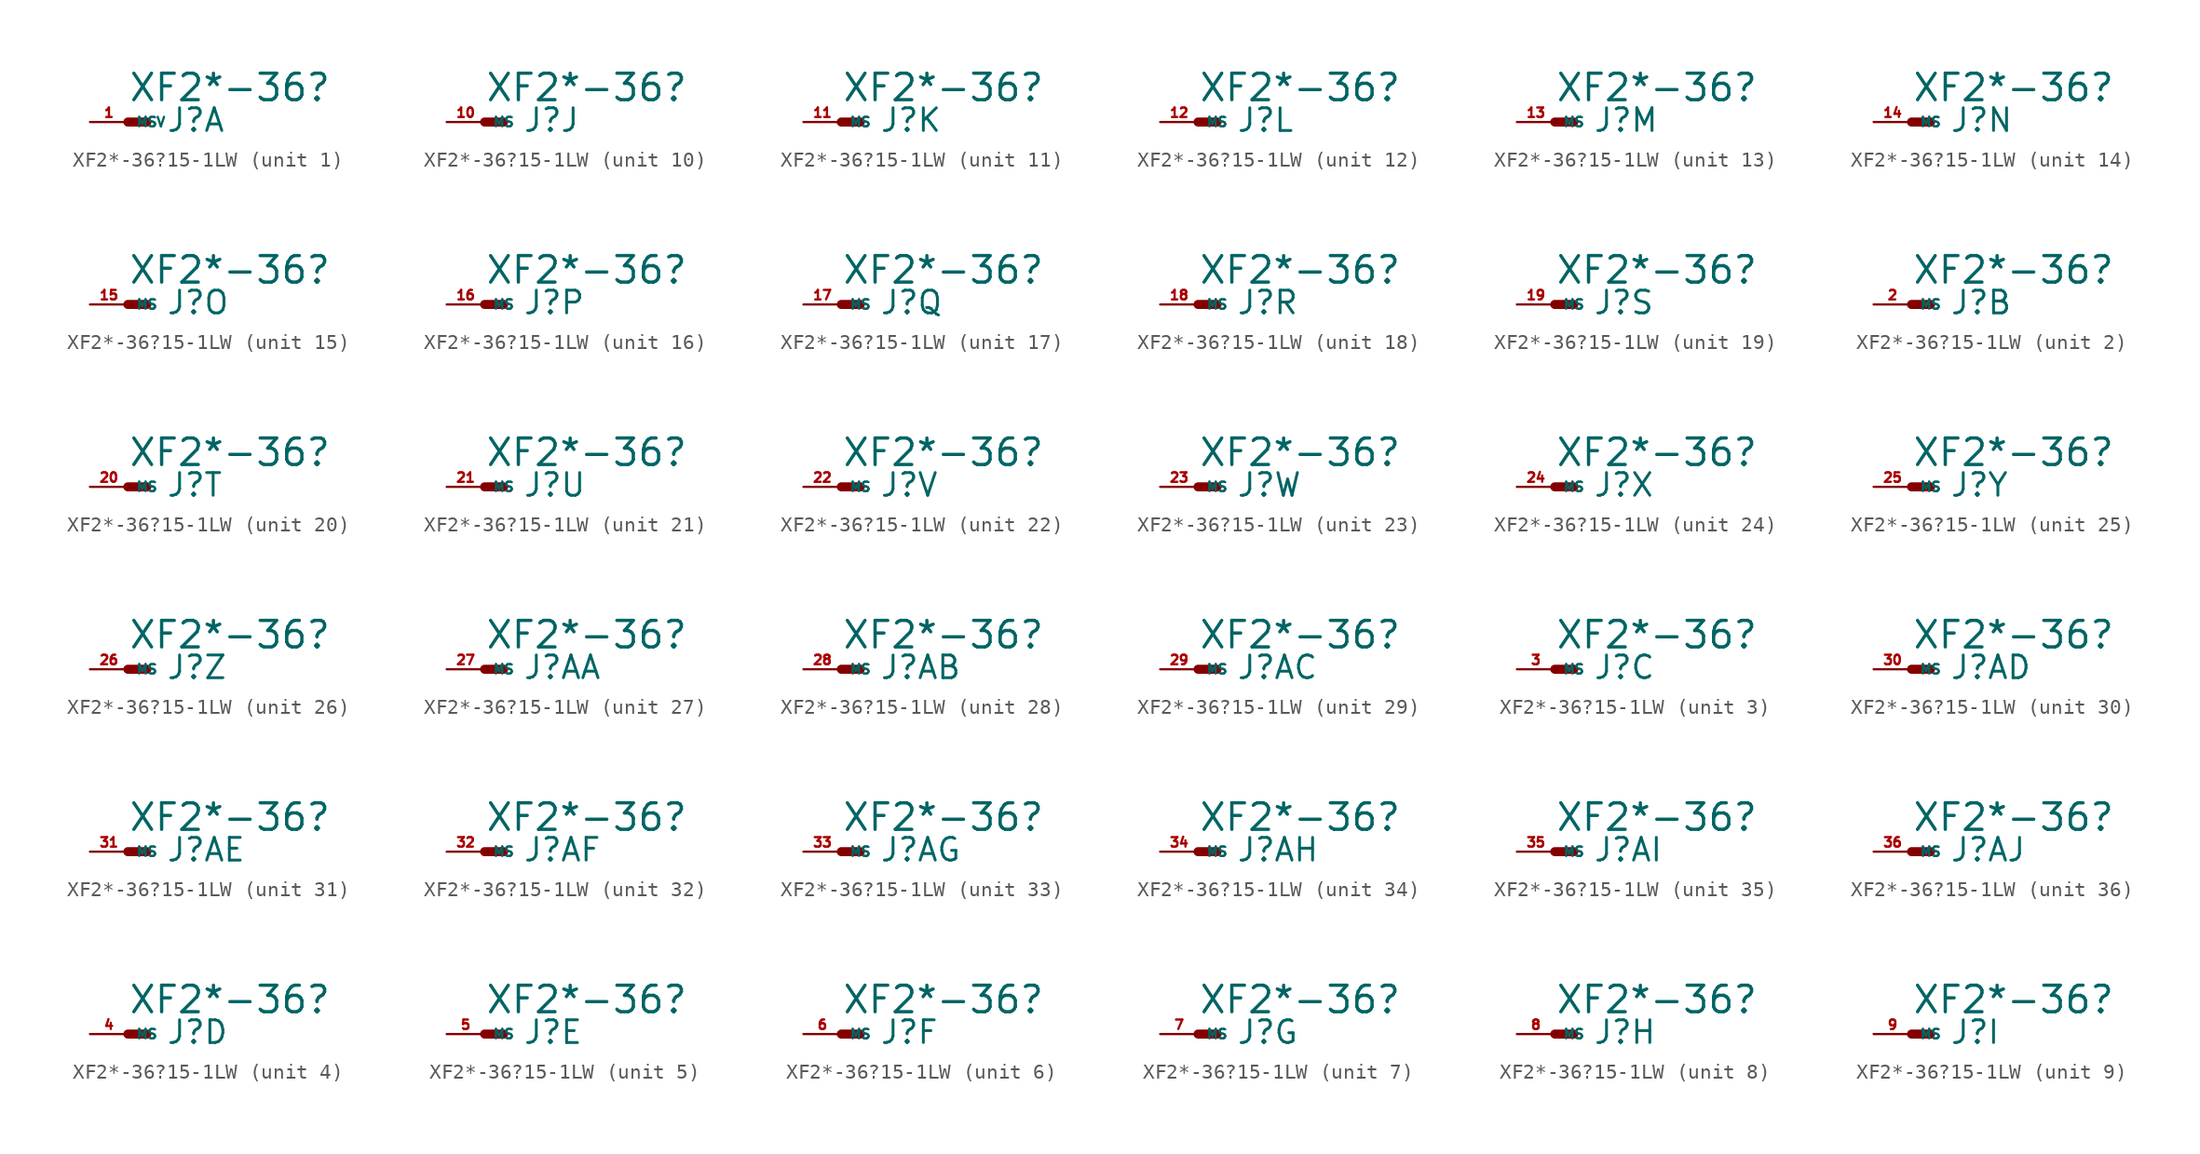
<source format=kicad_sym>
(kicad_symbol_lib
  (version 20220914)
  (generator Eagle2Kicad)
  (symbol "XF2*-36?15-1LW"
    (property "Reference" "J"
      (at 2.54 -0.762 0)
      (effects (font (size 1.524 1.524) (thickness 0.19)) (justify left bottom)))
    (property "Value" "XF2*-36?"
      (at 0 1.27 0)
      (effects (font (size 1.778 1.778) (thickness 0.22)) (justify left bottom)))
    (symbol "XF2*-36?15-1LW_1_0"
      (polyline (pts (xy 0 0) (xy 1.27 0)) (stroke (width 0.61) (type default)) (fill (type none)))
      (pin passive line (at -2.54 0 0) (length 2.54) (name "MSV" (effects (font (size 0.635 0.635) (thickness 0.08)) (justify left bottom))) (number "1" (effects (font (size 0.635 0.635) (thickness 0.08)) (justify left bottom)))))
    (symbol "XF2*-36?15-1LW_2_0"
      (polyline (pts (xy 0 0) (xy 1.27 0)) (stroke (width 0.61) (type default)) (fill (type none)))
      (pin passive line (at -2.54 0 0) (length 2.54) (name "MS" (effects (font (size 0.635 0.635) (thickness 0.08)) (justify left bottom))) (number "2" (effects (font (size 0.635 0.635) (thickness 0.08)) (justify left bottom)))))
    (symbol "XF2*-36?15-1LW_3_0"
      (polyline (pts (xy 0 0) (xy 1.27 0)) (stroke (width 0.61) (type default)) (fill (type none)))
      (pin passive line (at -2.54 0 0) (length 2.54) (name "MS" (effects (font (size 0.635 0.635) (thickness 0.08)) (justify left bottom))) (number "3" (effects (font (size 0.635 0.635) (thickness 0.08)) (justify left bottom)))))
    (symbol "XF2*-36?15-1LW_4_0"
      (polyline (pts (xy 0 0) (xy 1.27 0)) (stroke (width 0.61) (type default)) (fill (type none)))
      (pin passive line (at -2.54 0 0) (length 2.54) (name "MS" (effects (font (size 0.635 0.635) (thickness 0.08)) (justify left bottom))) (number "4" (effects (font (size 0.635 0.635) (thickness 0.08)) (justify left bottom)))))
    (symbol "XF2*-36?15-1LW_5_0"
      (polyline (pts (xy 0 0) (xy 1.27 0)) (stroke (width 0.61) (type default)) (fill (type none)))
      (pin passive line (at -2.54 0 0) (length 2.54) (name "MS" (effects (font (size 0.635 0.635) (thickness 0.08)) (justify left bottom))) (number "5" (effects (font (size 0.635 0.635) (thickness 0.08)) (justify left bottom)))))
    (symbol "XF2*-36?15-1LW_6_0"
      (polyline (pts (xy 0 0) (xy 1.27 0)) (stroke (width 0.61) (type default)) (fill (type none)))
      (pin passive line (at -2.54 0 0) (length 2.54) (name "MS" (effects (font (size 0.635 0.635) (thickness 0.08)) (justify left bottom))) (number "6" (effects (font (size 0.635 0.635) (thickness 0.08)) (justify left bottom)))))
    (symbol "XF2*-36?15-1LW_7_0"
      (polyline (pts (xy 0 0) (xy 1.27 0)) (stroke (width 0.61) (type default)) (fill (type none)))
      (pin passive line (at -2.54 0 0) (length 2.54) (name "MS" (effects (font (size 0.635 0.635) (thickness 0.08)) (justify left bottom))) (number "7" (effects (font (size 0.635 0.635) (thickness 0.08)) (justify left bottom)))))
    (symbol "XF2*-36?15-1LW_8_0"
      (polyline (pts (xy 0 0) (xy 1.27 0)) (stroke (width 0.61) (type default)) (fill (type none)))
      (pin passive line (at -2.54 0 0) (length 2.54) (name "MS" (effects (font (size 0.635 0.635) (thickness 0.08)) (justify left bottom))) (number "8" (effects (font (size 0.635 0.635) (thickness 0.08)) (justify left bottom)))))
    (symbol "XF2*-36?15-1LW_9_0"
      (polyline (pts (xy 0 0) (xy 1.27 0)) (stroke (width 0.61) (type default)) (fill (type none)))
      (pin passive line (at -2.54 0 0) (length 2.54) (name "MS" (effects (font (size 0.635 0.635) (thickness 0.08)) (justify left bottom))) (number "9" (effects (font (size 0.635 0.635) (thickness 0.08)) (justify left bottom)))))
    (symbol "XF2*-36?15-1LW_10_0"
      (polyline (pts (xy 0 0) (xy 1.27 0)) (stroke (width 0.61) (type default)) (fill (type none)))
      (pin passive line (at -2.54 0 0) (length 2.54) (name "MS" (effects (font (size 0.635 0.635) (thickness 0.08)) (justify left bottom))) (number "10" (effects (font (size 0.635 0.635) (thickness 0.08)) (justify left bottom)))))
    (symbol "XF2*-36?15-1LW_11_0"
      (polyline (pts (xy 0 0) (xy 1.27 0)) (stroke (width 0.61) (type default)) (fill (type none)))
      (pin passive line (at -2.54 0 0) (length 2.54) (name "MS" (effects (font (size 0.635 0.635) (thickness 0.08)) (justify left bottom))) (number "11" (effects (font (size 0.635 0.635) (thickness 0.08)) (justify left bottom)))))
    (symbol "XF2*-36?15-1LW_12_0"
      (polyline (pts (xy 0 0) (xy 1.27 0)) (stroke (width 0.61) (type default)) (fill (type none)))
      (pin passive line (at -2.54 0 0) (length 2.54) (name "MS" (effects (font (size 0.635 0.635) (thickness 0.08)) (justify left bottom))) (number "12" (effects (font (size 0.635 0.635) (thickness 0.08)) (justify left bottom)))))
    (symbol "XF2*-36?15-1LW_13_0"
      (polyline (pts (xy 0 0) (xy 1.27 0)) (stroke (width 0.61) (type default)) (fill (type none)))
      (pin passive line (at -2.54 0 0) (length 2.54) (name "MS" (effects (font (size 0.635 0.635) (thickness 0.08)) (justify left bottom))) (number "13" (effects (font (size 0.635 0.635) (thickness 0.08)) (justify left bottom)))))
    (symbol "XF2*-36?15-1LW_14_0"
      (polyline (pts (xy 0 0) (xy 1.27 0)) (stroke (width 0.61) (type default)) (fill (type none)))
      (pin passive line (at -2.54 0 0) (length 2.54) (name "MS" (effects (font (size 0.635 0.635) (thickness 0.08)) (justify left bottom))) (number "14" (effects (font (size 0.635 0.635) (thickness 0.08)) (justify left bottom)))))
    (symbol "XF2*-36?15-1LW_15_0"
      (polyline (pts (xy 0 0) (xy 1.27 0)) (stroke (width 0.61) (type default)) (fill (type none)))
      (pin passive line (at -2.54 0 0) (length 2.54) (name "MS" (effects (font (size 0.635 0.635) (thickness 0.08)) (justify left bottom))) (number "15" (effects (font (size 0.635 0.635) (thickness 0.08)) (justify left bottom)))))
    (symbol "XF2*-36?15-1LW_16_0"
      (polyline (pts (xy 0 0) (xy 1.27 0)) (stroke (width 0.61) (type default)) (fill (type none)))
      (pin passive line (at -2.54 0 0) (length 2.54) (name "MS" (effects (font (size 0.635 0.635) (thickness 0.08)) (justify left bottom))) (number "16" (effects (font (size 0.635 0.635) (thickness 0.08)) (justify left bottom)))))
    (symbol "XF2*-36?15-1LW_17_0"
      (polyline (pts (xy 0 0) (xy 1.27 0)) (stroke (width 0.61) (type default)) (fill (type none)))
      (pin passive line (at -2.54 0 0) (length 2.54) (name "MS" (effects (font (size 0.635 0.635) (thickness 0.08)) (justify left bottom))) (number "17" (effects (font (size 0.635 0.635) (thickness 0.08)) (justify left bottom)))))
    (symbol "XF2*-36?15-1LW_18_0"
      (polyline (pts (xy 0 0) (xy 1.27 0)) (stroke (width 0.61) (type default)) (fill (type none)))
      (pin passive line (at -2.54 0 0) (length 2.54) (name "MS" (effects (font (size 0.635 0.635) (thickness 0.08)) (justify left bottom))) (number "18" (effects (font (size 0.635 0.635) (thickness 0.08)) (justify left bottom)))))
    (symbol "XF2*-36?15-1LW_19_0"
      (polyline (pts (xy 0 0) (xy 1.27 0)) (stroke (width 0.61) (type default)) (fill (type none)))
      (pin passive line (at -2.54 0 0) (length 2.54) (name "MS" (effects (font (size 0.635 0.635) (thickness 0.08)) (justify left bottom))) (number "19" (effects (font (size 0.635 0.635) (thickness 0.08)) (justify left bottom)))))
    (symbol "XF2*-36?15-1LW_20_0"
      (polyline (pts (xy 0 0) (xy 1.27 0)) (stroke (width 0.61) (type default)) (fill (type none)))
      (pin passive line (at -2.54 0 0) (length 2.54) (name "MS" (effects (font (size 0.635 0.635) (thickness 0.08)) (justify left bottom))) (number "20" (effects (font (size 0.635 0.635) (thickness 0.08)) (justify left bottom)))))
    (symbol "XF2*-36?15-1LW_21_0"
      (polyline (pts (xy 0 0) (xy 1.27 0)) (stroke (width 0.61) (type default)) (fill (type none)))
      (pin passive line (at -2.54 0 0) (length 2.54) (name "MS" (effects (font (size 0.635 0.635) (thickness 0.08)) (justify left bottom))) (number "21" (effects (font (size 0.635 0.635) (thickness 0.08)) (justify left bottom)))))
    (symbol "XF2*-36?15-1LW_22_0"
      (polyline (pts (xy 0 0) (xy 1.27 0)) (stroke (width 0.61) (type default)) (fill (type none)))
      (pin passive line (at -2.54 0 0) (length 2.54) (name "MS" (effects (font (size 0.635 0.635) (thickness 0.08)) (justify left bottom))) (number "22" (effects (font (size 0.635 0.635) (thickness 0.08)) (justify left bottom)))))
    (symbol "XF2*-36?15-1LW_23_0"
      (polyline (pts (xy 0 0) (xy 1.27 0)) (stroke (width 0.61) (type default)) (fill (type none)))
      (pin passive line (at -2.54 0 0) (length 2.54) (name "MS" (effects (font (size 0.635 0.635) (thickness 0.08)) (justify left bottom))) (number "23" (effects (font (size 0.635 0.635) (thickness 0.08)) (justify left bottom)))))
    (symbol "XF2*-36?15-1LW_24_0"
      (polyline (pts (xy 0 0) (xy 1.27 0)) (stroke (width 0.61) (type default)) (fill (type none)))
      (pin passive line (at -2.54 0 0) (length 2.54) (name "MS" (effects (font (size 0.635 0.635) (thickness 0.08)) (justify left bottom))) (number "24" (effects (font (size 0.635 0.635) (thickness 0.08)) (justify left bottom)))))
    (symbol "XF2*-36?15-1LW_25_0"
      (polyline (pts (xy 0 0) (xy 1.27 0)) (stroke (width 0.61) (type default)) (fill (type none)))
      (pin passive line (at -2.54 0 0) (length 2.54) (name "MS" (effects (font (size 0.635 0.635) (thickness 0.08)) (justify left bottom))) (number "25" (effects (font (size 0.635 0.635) (thickness 0.08)) (justify left bottom)))))
    (symbol "XF2*-36?15-1LW_26_0"
      (polyline (pts (xy 0 0) (xy 1.27 0)) (stroke (width 0.61) (type default)) (fill (type none)))
      (pin passive line (at -2.54 0 0) (length 2.54) (name "MS" (effects (font (size 0.635 0.635) (thickness 0.08)) (justify left bottom))) (number "26" (effects (font (size 0.635 0.635) (thickness 0.08)) (justify left bottom)))))
    (symbol "XF2*-36?15-1LW_27_0"
      (polyline (pts (xy 0 0) (xy 1.27 0)) (stroke (width 0.61) (type default)) (fill (type none)))
      (pin passive line (at -2.54 0 0) (length 2.54) (name "MS" (effects (font (size 0.635 0.635) (thickness 0.08)) (justify left bottom))) (number "27" (effects (font (size 0.635 0.635) (thickness 0.08)) (justify left bottom)))))
    (symbol "XF2*-36?15-1LW_28_0"
      (polyline (pts (xy 0 0) (xy 1.27 0)) (stroke (width 0.61) (type default)) (fill (type none)))
      (pin passive line (at -2.54 0 0) (length 2.54) (name "MS" (effects (font (size 0.635 0.635) (thickness 0.08)) (justify left bottom))) (number "28" (effects (font (size 0.635 0.635) (thickness 0.08)) (justify left bottom)))))
    (symbol "XF2*-36?15-1LW_29_0"
      (polyline (pts (xy 0 0) (xy 1.27 0)) (stroke (width 0.61) (type default)) (fill (type none)))
      (pin passive line (at -2.54 0 0) (length 2.54) (name "MS" (effects (font (size 0.635 0.635) (thickness 0.08)) (justify left bottom))) (number "29" (effects (font (size 0.635 0.635) (thickness 0.08)) (justify left bottom)))))
    (symbol "XF2*-36?15-1LW_30_0"
      (polyline (pts (xy 0 0) (xy 1.27 0)) (stroke (width 0.61) (type default)) (fill (type none)))
      (pin passive line (at -2.54 0 0) (length 2.54) (name "MS" (effects (font (size 0.635 0.635) (thickness 0.08)) (justify left bottom))) (number "30" (effects (font (size 0.635 0.635) (thickness 0.08)) (justify left bottom)))))
    (symbol "XF2*-36?15-1LW_31_0"
      (polyline (pts (xy 0 0) (xy 1.27 0)) (stroke (width 0.61) (type default)) (fill (type none)))
      (pin passive line (at -2.54 0 0) (length 2.54) (name "MS" (effects (font (size 0.635 0.635) (thickness 0.08)) (justify left bottom))) (number "31" (effects (font (size 0.635 0.635) (thickness 0.08)) (justify left bottom)))))
    (symbol "XF2*-36?15-1LW_32_0"
      (polyline (pts (xy 0 0) (xy 1.27 0)) (stroke (width 0.61) (type default)) (fill (type none)))
      (pin passive line (at -2.54 0 0) (length 2.54) (name "MS" (effects (font (size 0.635 0.635) (thickness 0.08)) (justify left bottom))) (number "32" (effects (font (size 0.635 0.635) (thickness 0.08)) (justify left bottom)))))
    (symbol "XF2*-36?15-1LW_33_0"
      (polyline (pts (xy 0 0) (xy 1.27 0)) (stroke (width 0.61) (type default)) (fill (type none)))
      (pin passive line (at -2.54 0 0) (length 2.54) (name "MS" (effects (font (size 0.635 0.635) (thickness 0.08)) (justify left bottom))) (number "33" (effects (font (size 0.635 0.635) (thickness 0.08)) (justify left bottom)))))
    (symbol "XF2*-36?15-1LW_34_0"
      (polyline (pts (xy 0 0) (xy 1.27 0)) (stroke (width 0.61) (type default)) (fill (type none)))
      (pin passive line (at -2.54 0 0) (length 2.54) (name "MS" (effects (font (size 0.635 0.635) (thickness 0.08)) (justify left bottom))) (number "34" (effects (font (size 0.635 0.635) (thickness 0.08)) (justify left bottom)))))
    (symbol "XF2*-36?15-1LW_35_0"
      (polyline (pts (xy 0 0) (xy 1.27 0)) (stroke (width 0.61) (type default)) (fill (type none)))
      (pin passive line (at -2.54 0 0) (length 2.54) (name "MS" (effects (font (size 0.635 0.635) (thickness 0.08)) (justify left bottom))) (number "35" (effects (font (size 0.635 0.635) (thickness 0.08)) (justify left bottom)))))
    (symbol "XF2*-36?15-1LW_36_0"
      (polyline (pts (xy 0 0) (xy 1.27 0)) (stroke (width 0.61) (type default)) (fill (type none)))
      (pin passive line (at -2.54 0 0) (length 2.54) (name "MS" (effects (font (size 0.635 0.635) (thickness 0.08)) (justify left bottom))) (number "36" (effects (font (size 0.635 0.635) (thickness 0.08)) (justify left bottom)))))))
</source>
